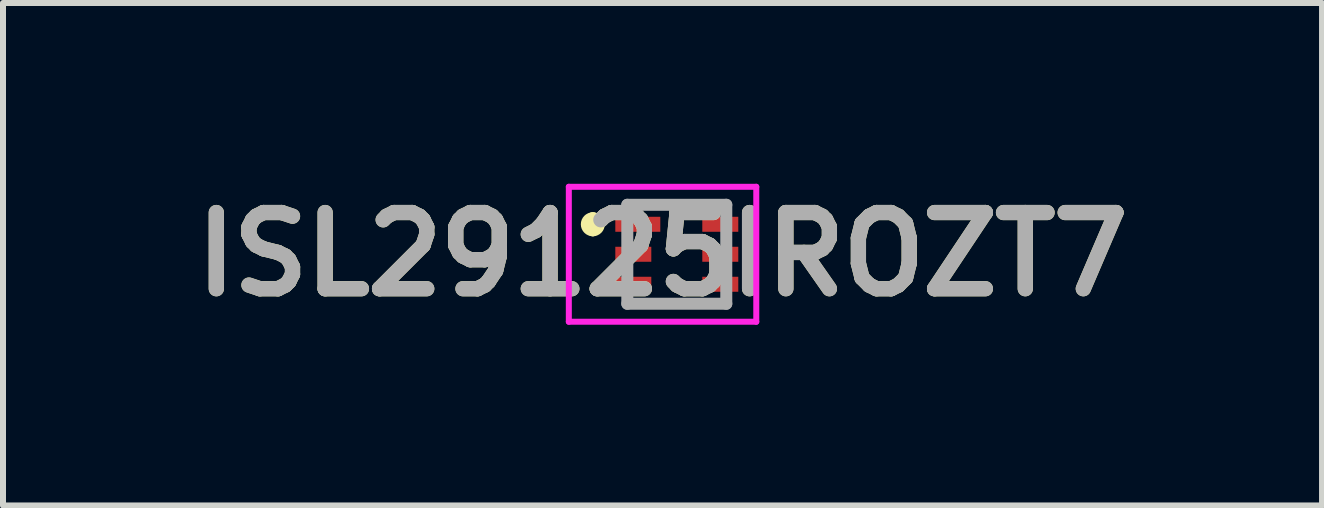
<source format=kicad_pcb>
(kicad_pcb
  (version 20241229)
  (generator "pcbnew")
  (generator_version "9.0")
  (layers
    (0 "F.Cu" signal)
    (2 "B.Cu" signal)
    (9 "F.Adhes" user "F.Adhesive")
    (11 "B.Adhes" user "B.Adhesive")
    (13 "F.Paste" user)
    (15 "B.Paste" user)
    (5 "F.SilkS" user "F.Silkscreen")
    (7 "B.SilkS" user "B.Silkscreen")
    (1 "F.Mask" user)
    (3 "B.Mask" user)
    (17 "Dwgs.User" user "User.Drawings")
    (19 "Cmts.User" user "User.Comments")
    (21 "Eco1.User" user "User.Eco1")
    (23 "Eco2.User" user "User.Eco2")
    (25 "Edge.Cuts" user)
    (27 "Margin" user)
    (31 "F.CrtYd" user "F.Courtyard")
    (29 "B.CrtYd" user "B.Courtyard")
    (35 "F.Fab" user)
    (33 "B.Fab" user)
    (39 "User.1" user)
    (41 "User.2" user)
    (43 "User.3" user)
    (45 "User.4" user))
  (footprint "ISL29125IROZT7"
    (layer "F.Cu")
    (at 8.233 1.189)
    (property "Reference" "ISL29125IROZT7" (at -0.238 0 0) (layer "F.SilkS") (effects (font (size 1.27 1.27) (thickness 0.254))))
    (attr smd)
    (fp_line (start -1.4 -0.6) (end -1.4 -0.6) (stroke (width 0.2) (type solid)) (layer "F.SilkS"))
    (fp_line (start -1.4 -0.4) (end -1.4 -0.4) (stroke (width 0.2) (type solid)) (layer "F.SilkS"))
    (fp_line (start -0.825 -0.825) (end 0.825 -0.825) (stroke (width 0.1) (type solid)) (layer "F.SilkS"))
    (fp_line (start -0.825 0.825) (end 0.825 0.825) (stroke (width 0.1) (type solid)) (layer "F.SilkS"))
    (fp_arc (start -1.4 -0.6) (mid -1.3 -0.5) (end -1.4 -0.4) (stroke (width 0.2) (type solid)) (layer "F.SilkS"))
    (fp_arc (start -1.4 -0.4) (mid -1.5 -0.5) (end -1.4 -0.6) (stroke (width 0.2) (type solid)) (layer "F.SilkS"))
    (fp_line (start -1.8 -1.125) (end 1.325 -1.125) (stroke (width 0.1) (type solid)) (layer "F.CrtYd"))
    (fp_line (start -1.8 1.125) (end -1.8 -1.125) (stroke (width 0.1) (type solid)) (layer "F.CrtYd"))
    (fp_line (start 1.325 -1.125) (end 1.325 1.125) (stroke (width 0.1) (type solid)) (layer "F.CrtYd"))
    (fp_line (start 1.325 1.125) (end -1.8 1.125) (stroke (width 0.1) (type solid)) (layer "F.CrtYd"))
    (fp_line (start -0.825 -0.825) (end 0.825 -0.825) (stroke (width 0.2) (type solid)) (layer "F.Fab"))
    (fp_line (start -0.825 0.825) (end -0.825 -0.825) (stroke (width 0.2) (type solid)) (layer "F.Fab"))
    (fp_line (start 0.825 -0.825) (end 0.825 0.825) (stroke (width 0.2) (type solid)) (layer "F.Fab"))
    (fp_line (start 0.825 0.825) (end -0.825 0.825) (stroke (width 0.2) (type solid)) (layer "F.Fab"))
    (fp_text user "${REFERENCE}" (at -0.238 0 0) (layer "F.Fab") (effects (font (size 1.27 1.27) (thickness 0.254))))
    (pad "1" smd rect (at -0.65 -0.5 90) (size 0.25 0.75) (layers "F.Cu" "F.Mask" "F.Paste"))
    (pad "2" smd rect (at -0.725 0 90) (size 0.25 0.6) (layers "F.Cu" "F.Mask" "F.Paste"))
    (pad "3" smd rect (at -0.725 0.5 90) (size 0.25 0.6) (layers "F.Cu" "F.Mask" "F.Paste"))
    (pad "4" smd rect (at 0.725 0.5 90) (size 0.25 0.6) (layers "F.Cu" "F.Mask" "F.Paste"))
    (pad "5" smd rect (at 0.725 0 90) (size 0.25 0.6) (layers "F.Cu" "F.Mask" "F.Paste"))
    (pad "6" smd rect (at 0.725 -0.5 90) (size 0.25 0.6) (layers "F.Cu" "F.Mask" "F.Paste")))
  (gr_rect
    (start -3 -3)
    (end 18.99 5.377)
    (stroke (width 0.1) (type default))
    (fill no)
    (layer "Edge.Cuts")))
</source>
